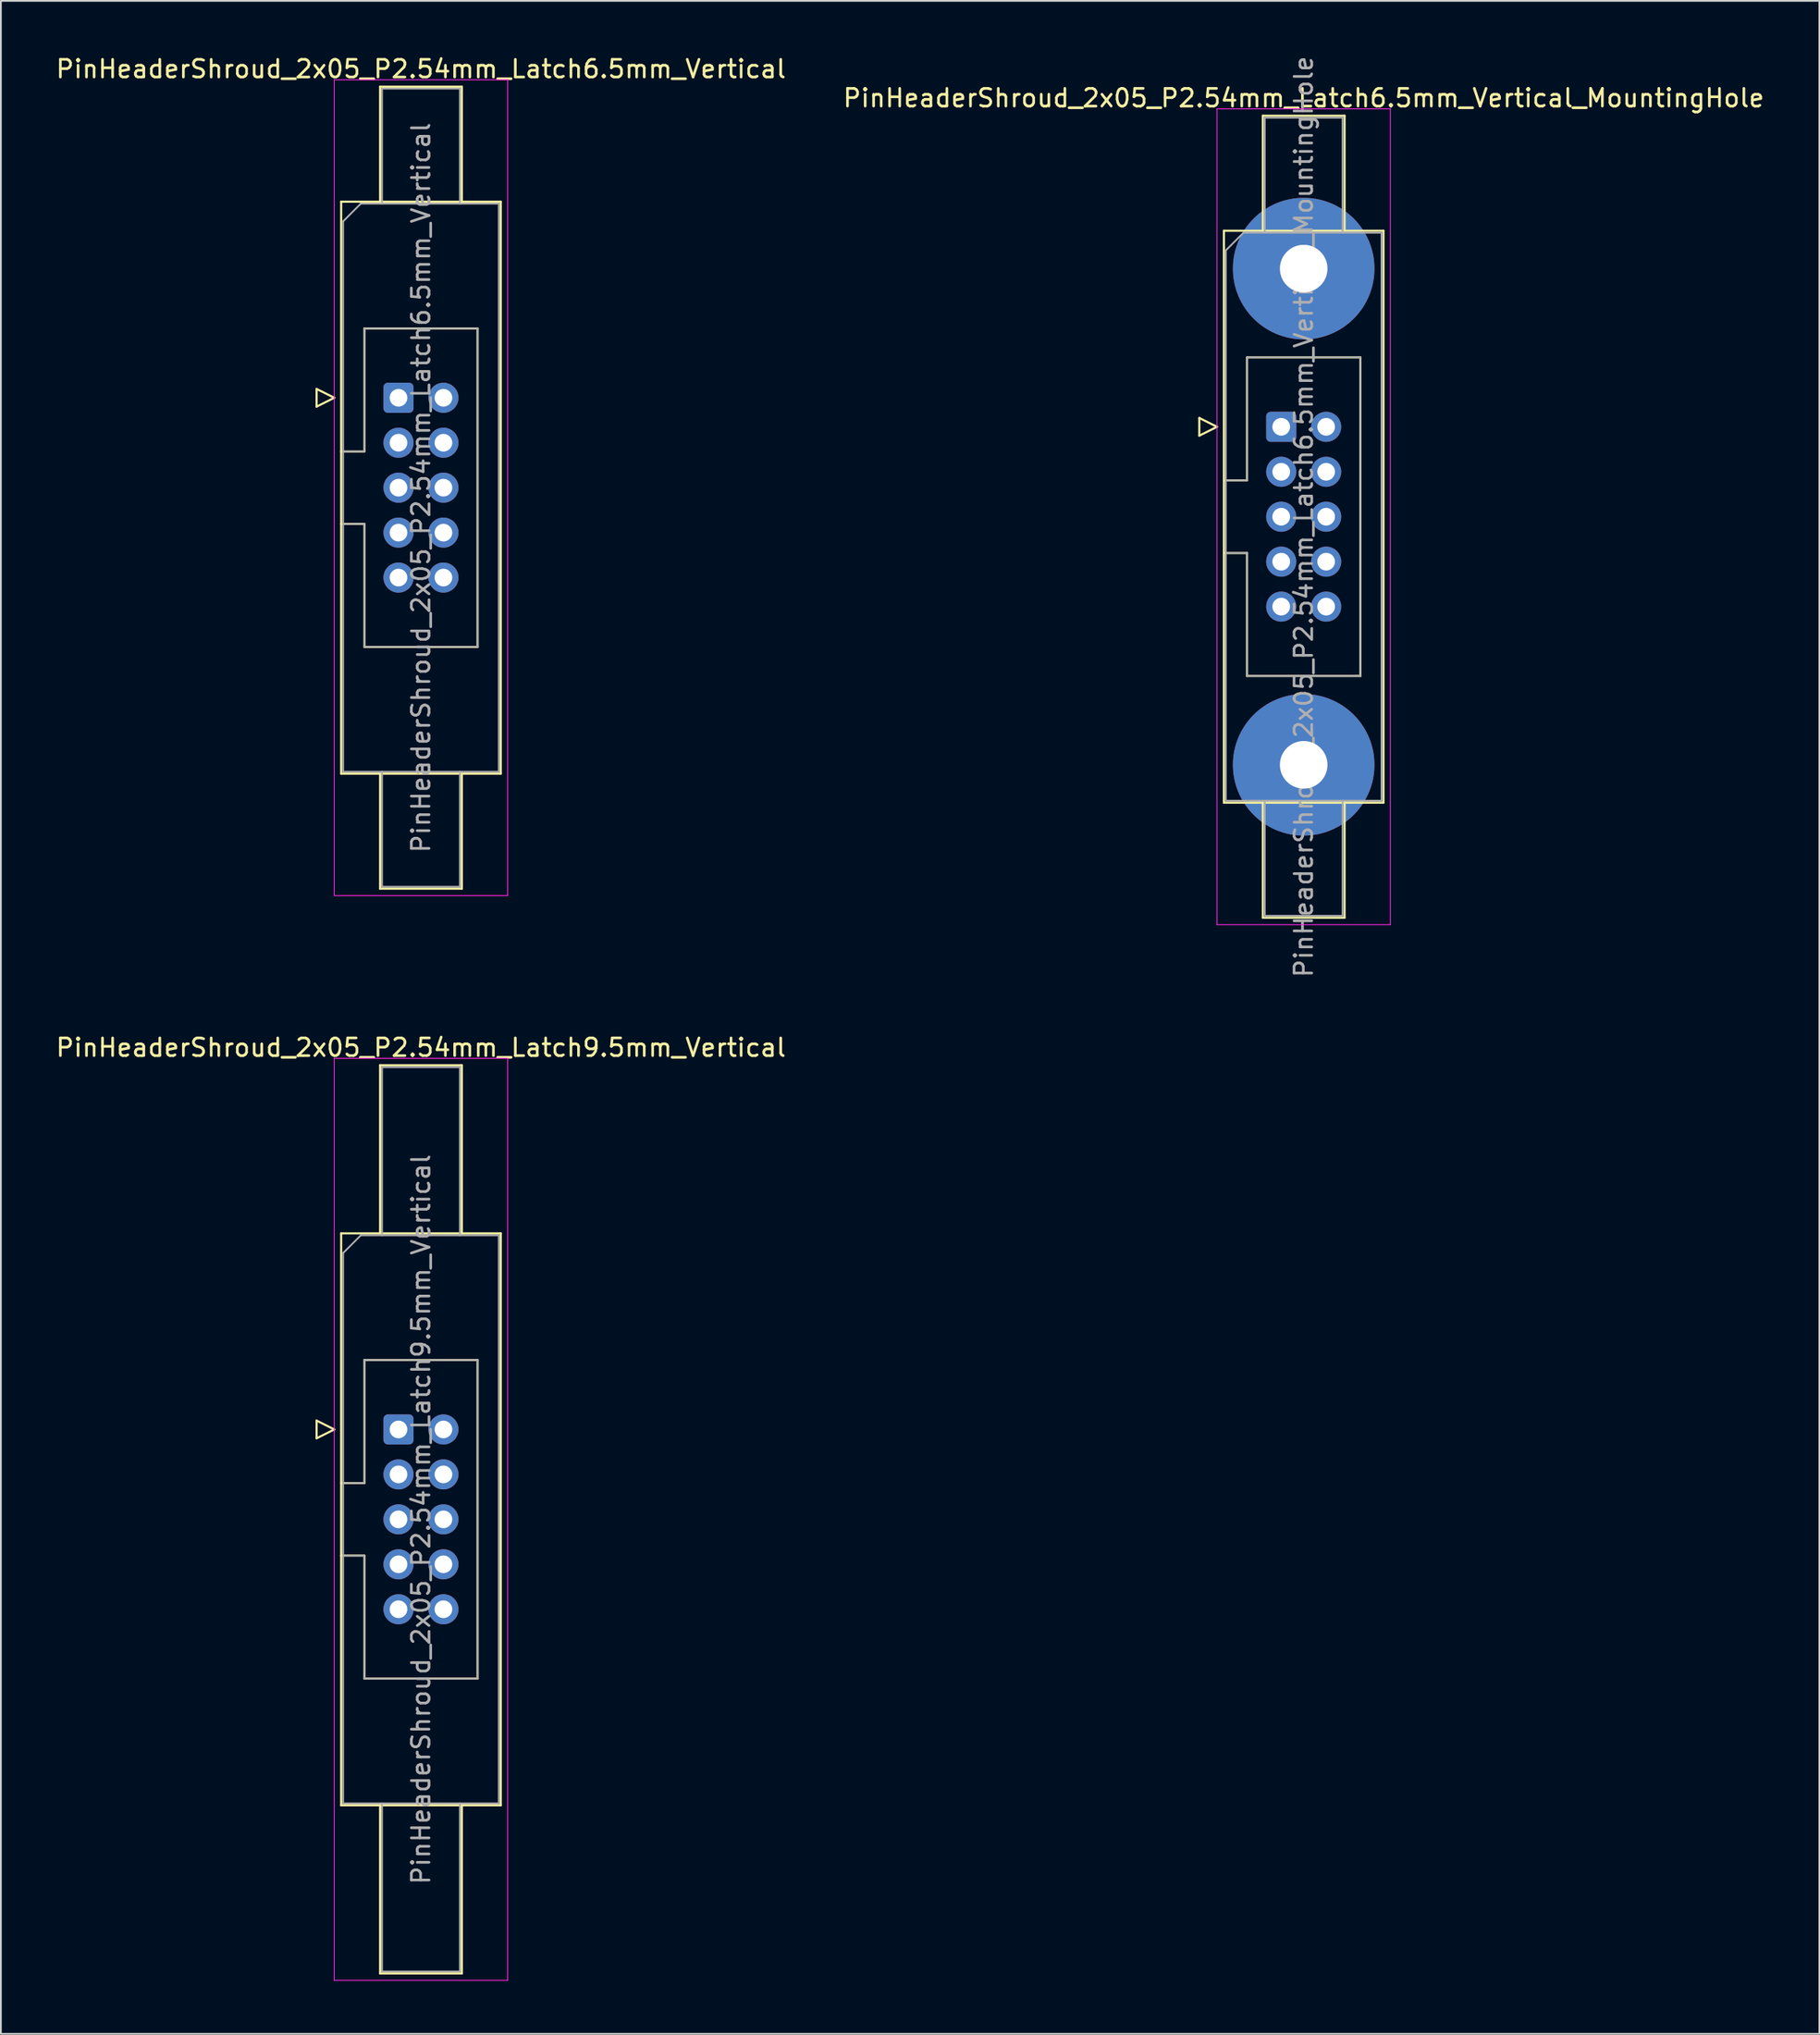
<source format=kicad_pcb>
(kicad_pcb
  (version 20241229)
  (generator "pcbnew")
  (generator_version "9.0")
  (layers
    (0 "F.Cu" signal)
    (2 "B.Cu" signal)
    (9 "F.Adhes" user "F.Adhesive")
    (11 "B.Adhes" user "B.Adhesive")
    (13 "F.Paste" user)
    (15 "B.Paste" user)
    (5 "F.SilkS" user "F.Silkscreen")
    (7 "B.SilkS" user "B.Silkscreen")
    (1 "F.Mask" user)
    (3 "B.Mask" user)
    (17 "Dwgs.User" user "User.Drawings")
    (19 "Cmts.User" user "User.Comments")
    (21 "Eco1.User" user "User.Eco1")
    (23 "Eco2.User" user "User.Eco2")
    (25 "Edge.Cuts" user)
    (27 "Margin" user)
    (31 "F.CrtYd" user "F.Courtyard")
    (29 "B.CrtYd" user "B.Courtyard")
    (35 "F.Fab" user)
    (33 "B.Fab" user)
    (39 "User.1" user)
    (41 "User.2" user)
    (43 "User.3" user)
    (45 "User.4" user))
  (footprint "PinHeaderShroud_2x05_P2.54mm_Latch9.5mm_Vertical"
    (layer "F.Cu")
    (at 19.474 77.726)
    (property "Reference" "PinHeaderShroud_2x05_P2.54mm_Latch9.5mm_Vertical" (at 1.27 -21.58 0) (layer "F.SilkS") (effects (font (size 1 1) (thickness 0.15))))
    (attr through_hole)
    (fp_line (start -4.63 -0.5) (end -4.63 0.5) (stroke (width 0.12) (type solid)) (layer "F.SilkS"))
    (fp_line (start -4.63 0.5) (end -3.63 0) (stroke (width 0.12) (type solid)) (layer "F.SilkS"))
    (fp_line (start -3.63 0) (end -4.63 -0.5) (stroke (width 0.12) (type solid)) (layer "F.SilkS"))
    (fp_line (start -3.24 -11.08) (end 5.78 -11.08) (stroke (width 0.12) (type solid)) (layer "F.SilkS"))
    (fp_line (start -3.24 3.03) (end -1.93 3.03) (stroke (width 0.12) (type solid)) (layer "F.SilkS"))
    (fp_line (start -3.24 7.13) (end -1.93 7.13) (stroke (width 0.12) (type solid)) (layer "F.SilkS"))
    (fp_line (start -3.24 21.24) (end -3.24 -11.08) (stroke (width 0.12) (type solid)) (layer "F.SilkS"))
    (fp_line (start -1.93 -3.92) (end 4.47 -3.92) (stroke (width 0.12) (type solid)) (layer "F.SilkS"))
    (fp_line (start -1.93 3.03) (end -1.93 -3.92) (stroke (width 0.12) (type solid)) (layer "F.SilkS"))
    (fp_line (start -1.93 14.08) (end -1.93 7.13) (stroke (width 0.12) (type solid)) (layer "F.SilkS"))
    (fp_line (start -1.04 -20.58) (end 3.58 -20.58) (stroke (width 0.12) (type solid)) (layer "F.SilkS"))
    (fp_line (start -1.04 -11.08) (end -1.04 -20.58) (stroke (width 0.12) (type solid)) (layer "F.SilkS"))
    (fp_line (start -1.04 21.24) (end -1.04 30.74) (stroke (width 0.12) (type solid)) (layer "F.SilkS"))
    (fp_line (start -1.04 30.74) (end 3.58 30.74) (stroke (width 0.12) (type solid)) (layer "F.SilkS"))
    (fp_line (start 3.58 -20.58) (end 3.58 -11.08) (stroke (width 0.12) (type solid)) (layer "F.SilkS"))
    (fp_line (start 3.58 30.74) (end 3.58 21.24) (stroke (width 0.12) (type solid)) (layer "F.SilkS"))
    (fp_line (start 4.47 -3.92) (end 4.47 14.08) (stroke (width 0.12) (type solid)) (layer "F.SilkS"))
    (fp_line (start 4.47 14.08) (end -1.93 14.08) (stroke (width 0.12) (type solid)) (layer "F.SilkS"))
    (fp_line (start 5.78 -11.08) (end 5.78 21.24) (stroke (width 0.12) (type solid)) (layer "F.SilkS"))
    (fp_line (start 5.78 21.24) (end -3.24 21.24) (stroke (width 0.12) (type solid)) (layer "F.SilkS"))
    (fp_line (start -3.63 -20.97) (end -3.63 31.13) (stroke (width 0.05) (type solid)) (layer "F.CrtYd"))
    (fp_line (start -3.63 31.13) (end 6.17 31.13) (stroke (width 0.05) (type solid)) (layer "F.CrtYd"))
    (fp_line (start 6.17 -20.97) (end -3.63 -20.97) (stroke (width 0.05) (type solid)) (layer "F.CrtYd"))
    (fp_line (start 6.17 31.13) (end 6.17 -20.97) (stroke (width 0.05) (type solid)) (layer "F.CrtYd"))
    (fp_line (start -3.13 -9.97) (end -2.13 -10.97) (stroke (width 0.1) (type solid)) (layer "F.Fab"))
    (fp_line (start -3.13 3.03) (end -1.93 3.03) (stroke (width 0.1) (type solid)) (layer "F.Fab"))
    (fp_line (start -3.13 7.13) (end -1.93 7.13) (stroke (width 0.1) (type solid)) (layer "F.Fab"))
    (fp_line (start -3.13 21.13) (end -3.13 -9.97) (stroke (width 0.1) (type solid)) (layer "F.Fab"))
    (fp_line (start -2.13 -10.97) (end 5.67 -10.97) (stroke (width 0.1) (type solid)) (layer "F.Fab"))
    (fp_line (start -1.93 -3.92) (end 4.47 -3.92) (stroke (width 0.1) (type solid)) (layer "F.Fab"))
    (fp_line (start -1.93 3.03) (end -1.93 -3.92) (stroke (width 0.1) (type solid)) (layer "F.Fab"))
    (fp_line (start -1.93 14.08) (end -1.93 7.13) (stroke (width 0.1) (type solid)) (layer "F.Fab"))
    (fp_line (start -0.93 -20.47) (end 3.47 -20.47) (stroke (width 0.1) (type solid)) (layer "F.Fab"))
    (fp_line (start -0.93 -10.97) (end -0.93 -20.47) (stroke (width 0.1) (type solid)) (layer "F.Fab"))
    (fp_line (start -0.93 21.13) (end -0.93 30.63) (stroke (width 0.1) (type solid)) (layer "F.Fab"))
    (fp_line (start -0.93 30.63) (end 3.47 30.63) (stroke (width 0.1) (type solid)) (layer "F.Fab"))
    (fp_line (start 3.47 -20.47) (end 3.47 -10.97) (stroke (width 0.1) (type solid)) (layer "F.Fab"))
    (fp_line (start 3.47 30.63) (end 3.47 21.13) (stroke (width 0.1) (type solid)) (layer "F.Fab"))
    (fp_line (start 4.47 -3.92) (end 4.47 14.08) (stroke (width 0.1) (type solid)) (layer "F.Fab"))
    (fp_line (start 4.47 14.08) (end -1.93 14.08) (stroke (width 0.1) (type solid)) (layer "F.Fab"))
    (fp_line (start 5.67 -10.97) (end 5.67 21.13) (stroke (width 0.1) (type solid)) (layer "F.Fab"))
    (fp_line (start 5.67 21.13) (end -3.13 21.13) (stroke (width 0.1) (type solid)) (layer "F.Fab"))
    (fp_text user "${REFERENCE}" (at 1.27 5.08 90) (layer "F.Fab") (effects (font (size 1 1) (thickness 0.15))))
    (pad "1" thru_hole roundrect (at 0 0) (size 1.7 1.7) (drill 1) (layers "*.Cu" "*.Mask") (roundrect_rratio 0.147))
    (pad "2" thru_hole circle (at 2.54 0) (size 1.7 1.7) (drill 1) (layers "*.Cu" "*.Mask"))
    (pad "3" thru_hole circle (at 0 2.54) (size 1.7 1.7) (drill 1) (layers "*.Cu" "*.Mask"))
    (pad "4" thru_hole circle (at 2.54 2.54) (size 1.7 1.7) (drill 1) (layers "*.Cu" "*.Mask"))
    (pad "5" thru_hole circle (at 0 5.08) (size 1.7 1.7) (drill 1) (layers "*.Cu" "*.Mask"))
    (pad "6" thru_hole circle (at 2.54 5.08) (size 1.7 1.7) (drill 1) (layers "*.Cu" "*.Mask"))
    (pad "7" thru_hole circle (at 0 7.62) (size 1.7 1.7) (drill 1) (layers "*.Cu" "*.Mask"))
    (pad "8" thru_hole circle (at 2.54 7.62) (size 1.7 1.7) (drill 1) (layers "*.Cu" "*.Mask"))
    (pad "9" thru_hole circle (at 0 10.16) (size 1.7 1.7) (drill 1) (layers "*.Cu" "*.Mask"))
    (pad "10" thru_hole circle (at 2.54 10.16) (size 1.7 1.7) (drill 1) (layers "*.Cu" "*.Mask")))
  (footprint "PinHeaderShroud_2x05_P2.54mm_Latch6.5mm_Vertical_MountingHole"
    (layer "F.Cu")
    (at 69.367 21.069)
    (property "Reference" "PinHeaderShroud_2x05_P2.54mm_Latch6.5mm_Vertical_MountingHole" (at 1.27 -18.58 0) (layer "F.SilkS") (effects (font (size 1 1) (thickness 0.15))))
    (attr through_hole)
    (fp_line (start -4.63 -0.5) (end -4.63 0.5) (stroke (width 0.12) (type solid)) (layer "F.SilkS"))
    (fp_line (start -4.63 0.5) (end -3.63 0) (stroke (width 0.12) (type solid)) (layer "F.SilkS"))
    (fp_line (start -3.63 0) (end -4.63 -0.5) (stroke (width 0.12) (type solid)) (layer "F.SilkS"))
    (fp_line (start -3.24 -11.08) (end 5.78 -11.08) (stroke (width 0.12) (type solid)) (layer "F.SilkS"))
    (fp_line (start -3.24 3.03) (end -1.93 3.03) (stroke (width 0.12) (type solid)) (layer "F.SilkS"))
    (fp_line (start -3.24 7.13) (end -1.93 7.13) (stroke (width 0.12) (type solid)) (layer "F.SilkS"))
    (fp_line (start -3.24 21.24) (end -3.24 -11.08) (stroke (width 0.12) (type solid)) (layer "F.SilkS"))
    (fp_line (start -1.93 -3.92) (end 4.47 -3.92) (stroke (width 0.12) (type solid)) (layer "F.SilkS"))
    (fp_line (start -1.93 3.03) (end -1.93 -3.92) (stroke (width 0.12) (type solid)) (layer "F.SilkS"))
    (fp_line (start -1.93 14.08) (end -1.93 7.13) (stroke (width 0.12) (type solid)) (layer "F.SilkS"))
    (fp_line (start -1.04 -17.58) (end 3.58 -17.58) (stroke (width 0.12) (type solid)) (layer "F.SilkS"))
    (fp_line (start -1.04 -11.08) (end -1.04 -17.58) (stroke (width 0.12) (type solid)) (layer "F.SilkS"))
    (fp_line (start -1.04 21.24) (end -1.04 27.74) (stroke (width 0.12) (type solid)) (layer "F.SilkS"))
    (fp_line (start -1.04 27.74) (end 3.58 27.74) (stroke (width 0.12) (type solid)) (layer "F.SilkS"))
    (fp_line (start 3.58 -17.58) (end 3.58 -11.08) (stroke (width 0.12) (type solid)) (layer "F.SilkS"))
    (fp_line (start 3.58 27.74) (end 3.58 21.24) (stroke (width 0.12) (type solid)) (layer "F.SilkS"))
    (fp_line (start 4.47 -3.92) (end 4.47 14.08) (stroke (width 0.12) (type solid)) (layer "F.SilkS"))
    (fp_line (start 4.47 14.08) (end -1.93 14.08) (stroke (width 0.12) (type solid)) (layer "F.SilkS"))
    (fp_line (start 5.78 -11.08) (end 5.78 21.24) (stroke (width 0.12) (type solid)) (layer "F.SilkS"))
    (fp_line (start 5.78 21.24) (end -3.24 21.24) (stroke (width 0.12) (type solid)) (layer "F.SilkS"))
    (fp_line (start -3.63 -17.97) (end -3.63 28.13) (stroke (width 0.05) (type solid)) (layer "F.CrtYd"))
    (fp_line (start -3.63 28.13) (end 6.17 28.13) (stroke (width 0.05) (type solid)) (layer "F.CrtYd"))
    (fp_line (start 6.17 -17.97) (end -3.63 -17.97) (stroke (width 0.05) (type solid)) (layer "F.CrtYd"))
    (fp_line (start 6.17 28.13) (end 6.17 -17.97) (stroke (width 0.05) (type solid)) (layer "F.CrtYd"))
    (fp_line (start -3.13 -9.97) (end -2.13 -10.97) (stroke (width 0.1) (type solid)) (layer "F.Fab"))
    (fp_line (start -3.13 3.03) (end -1.93 3.03) (stroke (width 0.1) (type solid)) (layer "F.Fab"))
    (fp_line (start -3.13 7.13) (end -1.93 7.13) (stroke (width 0.1) (type solid)) (layer "F.Fab"))
    (fp_line (start -3.13 21.13) (end -3.13 -9.97) (stroke (width 0.1) (type solid)) (layer "F.Fab"))
    (fp_line (start -2.13 -10.97) (end 5.67 -10.97) (stroke (width 0.1) (type solid)) (layer "F.Fab"))
    (fp_line (start -1.93 -3.92) (end 4.47 -3.92) (stroke (width 0.1) (type solid)) (layer "F.Fab"))
    (fp_line (start -1.93 3.03) (end -1.93 -3.92) (stroke (width 0.1) (type solid)) (layer "F.Fab"))
    (fp_line (start -1.93 14.08) (end -1.93 7.13) (stroke (width 0.1) (type solid)) (layer "F.Fab"))
    (fp_line (start -0.93 -17.47) (end 3.47 -17.47) (stroke (width 0.1) (type solid)) (layer "F.Fab"))
    (fp_line (start -0.93 -10.97) (end -0.93 -17.47) (stroke (width 0.1) (type solid)) (layer "F.Fab"))
    (fp_line (start -0.93 21.13) (end -0.93 27.63) (stroke (width 0.1) (type solid)) (layer "F.Fab"))
    (fp_line (start -0.93 27.63) (end 3.47 27.63) (stroke (width 0.1) (type solid)) (layer "F.Fab"))
    (fp_line (start 3.47 -17.47) (end 3.47 -10.97) (stroke (width 0.1) (type solid)) (layer "F.Fab"))
    (fp_line (start 3.47 27.63) (end 3.47 21.13) (stroke (width 0.1) (type solid)) (layer "F.Fab"))
    (fp_line (start 4.47 -3.92) (end 4.47 14.08) (stroke (width 0.1) (type solid)) (layer "F.Fab"))
    (fp_line (start 4.47 14.08) (end -1.93 14.08) (stroke (width 0.1) (type solid)) (layer "F.Fab"))
    (fp_line (start 5.67 -10.97) (end 5.67 21.13) (stroke (width 0.1) (type solid)) (layer "F.Fab"))
    (fp_line (start 5.67 21.13) (end -3.13 21.13) (stroke (width 0.1) (type solid)) (layer "F.Fab"))
    (fp_text user "${REFERENCE}" (at 1.27 5.08 90) (layer "F.Fab") (effects (font (size 1 1) (thickness 0.15))))
    (pad "" thru_hole circle (at 1.27 -8.94) (size 8 8) (drill 2.69) (layers "*.Cu" "*.Mask"))
    (pad "" thru_hole circle (at 1.27 19.1) (size 8 8) (drill 2.69) (layers "*.Cu" "*.Mask"))
    (pad "1" thru_hole roundrect (at 0 0) (size 1.7 1.7) (drill 1) (layers "*.Cu" "*.Mask") (roundrect_rratio 0.147))
    (pad "2" thru_hole circle (at 2.54 0) (size 1.7 1.7) (drill 1) (layers "*.Cu" "*.Mask"))
    (pad "3" thru_hole circle (at 0 2.54) (size 1.7 1.7) (drill 1) (layers "*.Cu" "*.Mask"))
    (pad "4" thru_hole circle (at 2.54 2.54) (size 1.7 1.7) (drill 1) (layers "*.Cu" "*.Mask"))
    (pad "5" thru_hole circle (at 0 5.08) (size 1.7 1.7) (drill 1) (layers "*.Cu" "*.Mask"))
    (pad "6" thru_hole circle (at 2.54 5.08) (size 1.7 1.7) (drill 1) (layers "*.Cu" "*.Mask"))
    (pad "7" thru_hole circle (at 0 7.62) (size 1.7 1.7) (drill 1) (layers "*.Cu" "*.Mask"))
    (pad "8" thru_hole circle (at 2.54 7.62) (size 1.7 1.7) (drill 1) (layers "*.Cu" "*.Mask"))
    (pad "9" thru_hole circle (at 0 10.16) (size 1.7 1.7) (drill 1) (layers "*.Cu" "*.Mask"))
    (pad "10" thru_hole circle (at 2.54 10.16) (size 1.7 1.7) (drill 1) (layers "*.Cu" "*.Mask")))
  (footprint "PinHeaderShroud_2x05_P2.54mm_Latch6.5mm_Vertical"
    (layer "F.Cu")
    (at 19.474 19.428)
    (property "Reference" "PinHeaderShroud_2x05_P2.54mm_Latch6.5mm_Vertical" (at 1.27 -18.58 0) (layer "F.SilkS") (effects (font (size 1 1) (thickness 0.15))))
    (attr through_hole)
    (fp_line (start -4.63 -0.5) (end -4.63 0.5) (stroke (width 0.12) (type solid)) (layer "F.SilkS"))
    (fp_line (start -4.63 0.5) (end -3.63 0) (stroke (width 0.12) (type solid)) (layer "F.SilkS"))
    (fp_line (start -3.63 0) (end -4.63 -0.5) (stroke (width 0.12) (type solid)) (layer "F.SilkS"))
    (fp_line (start -3.24 -11.08) (end 5.78 -11.08) (stroke (width 0.12) (type solid)) (layer "F.SilkS"))
    (fp_line (start -3.24 3.03) (end -1.93 3.03) (stroke (width 0.12) (type solid)) (layer "F.SilkS"))
    (fp_line (start -3.24 7.13) (end -1.93 7.13) (stroke (width 0.12) (type solid)) (layer "F.SilkS"))
    (fp_line (start -3.24 21.24) (end -3.24 -11.08) (stroke (width 0.12) (type solid)) (layer "F.SilkS"))
    (fp_line (start -1.93 -3.92) (end 4.47 -3.92) (stroke (width 0.12) (type solid)) (layer "F.SilkS"))
    (fp_line (start -1.93 3.03) (end -1.93 -3.92) (stroke (width 0.12) (type solid)) (layer "F.SilkS"))
    (fp_line (start -1.93 14.08) (end -1.93 7.13) (stroke (width 0.12) (type solid)) (layer "F.SilkS"))
    (fp_line (start -1.04 -17.58) (end 3.58 -17.58) (stroke (width 0.12) (type solid)) (layer "F.SilkS"))
    (fp_line (start -1.04 -11.08) (end -1.04 -17.58) (stroke (width 0.12) (type solid)) (layer "F.SilkS"))
    (fp_line (start -1.04 21.24) (end -1.04 27.74) (stroke (width 0.12) (type solid)) (layer "F.SilkS"))
    (fp_line (start -1.04 27.74) (end 3.58 27.74) (stroke (width 0.12) (type solid)) (layer "F.SilkS"))
    (fp_line (start 3.58 -17.58) (end 3.58 -11.08) (stroke (width 0.12) (type solid)) (layer "F.SilkS"))
    (fp_line (start 3.58 27.74) (end 3.58 21.24) (stroke (width 0.12) (type solid)) (layer "F.SilkS"))
    (fp_line (start 4.47 -3.92) (end 4.47 14.08) (stroke (width 0.12) (type solid)) (layer "F.SilkS"))
    (fp_line (start 4.47 14.08) (end -1.93 14.08) (stroke (width 0.12) (type solid)) (layer "F.SilkS"))
    (fp_line (start 5.78 -11.08) (end 5.78 21.24) (stroke (width 0.12) (type solid)) (layer "F.SilkS"))
    (fp_line (start 5.78 21.24) (end -3.24 21.24) (stroke (width 0.12) (type solid)) (layer "F.SilkS"))
    (fp_line (start -3.63 -17.97) (end -3.63 28.13) (stroke (width 0.05) (type solid)) (layer "F.CrtYd"))
    (fp_line (start -3.63 28.13) (end 6.17 28.13) (stroke (width 0.05) (type solid)) (layer "F.CrtYd"))
    (fp_line (start 6.17 -17.97) (end -3.63 -17.97) (stroke (width 0.05) (type solid)) (layer "F.CrtYd"))
    (fp_line (start 6.17 28.13) (end 6.17 -17.97) (stroke (width 0.05) (type solid)) (layer "F.CrtYd"))
    (fp_line (start -3.13 -9.97) (end -2.13 -10.97) (stroke (width 0.1) (type solid)) (layer "F.Fab"))
    (fp_line (start -3.13 3.03) (end -1.93 3.03) (stroke (width 0.1) (type solid)) (layer "F.Fab"))
    (fp_line (start -3.13 7.13) (end -1.93 7.13) (stroke (width 0.1) (type solid)) (layer "F.Fab"))
    (fp_line (start -3.13 21.13) (end -3.13 -9.97) (stroke (width 0.1) (type solid)) (layer "F.Fab"))
    (fp_line (start -2.13 -10.97) (end 5.67 -10.97) (stroke (width 0.1) (type solid)) (layer "F.Fab"))
    (fp_line (start -1.93 -3.92) (end 4.47 -3.92) (stroke (width 0.1) (type solid)) (layer "F.Fab"))
    (fp_line (start -1.93 3.03) (end -1.93 -3.92) (stroke (width 0.1) (type solid)) (layer "F.Fab"))
    (fp_line (start -1.93 14.08) (end -1.93 7.13) (stroke (width 0.1) (type solid)) (layer "F.Fab"))
    (fp_line (start -0.93 -17.47) (end 3.47 -17.47) (stroke (width 0.1) (type solid)) (layer "F.Fab"))
    (fp_line (start -0.93 -10.97) (end -0.93 -17.47) (stroke (width 0.1) (type solid)) (layer "F.Fab"))
    (fp_line (start -0.93 21.13) (end -0.93 27.63) (stroke (width 0.1) (type solid)) (layer "F.Fab"))
    (fp_line (start -0.93 27.63) (end 3.47 27.63) (stroke (width 0.1) (type solid)) (layer "F.Fab"))
    (fp_line (start 3.47 -17.47) (end 3.47 -10.97) (stroke (width 0.1) (type solid)) (layer "F.Fab"))
    (fp_line (start 3.47 27.63) (end 3.47 21.13) (stroke (width 0.1) (type solid)) (layer "F.Fab"))
    (fp_line (start 4.47 -3.92) (end 4.47 14.08) (stroke (width 0.1) (type solid)) (layer "F.Fab"))
    (fp_line (start 4.47 14.08) (end -1.93 14.08) (stroke (width 0.1) (type solid)) (layer "F.Fab"))
    (fp_line (start 5.67 -10.97) (end 5.67 21.13) (stroke (width 0.1) (type solid)) (layer "F.Fab"))
    (fp_line (start 5.67 21.13) (end -3.13 21.13) (stroke (width 0.1) (type solid)) (layer "F.Fab"))
    (fp_text user "${REFERENCE}" (at 1.27 5.08 90) (layer "F.Fab") (effects (font (size 1 1) (thickness 0.15))))
    (pad "1" thru_hole roundrect (at 0 0) (size 1.7 1.7) (drill 1) (layers "*.Cu" "*.Mask") (roundrect_rratio 0.147))
    (pad "2" thru_hole circle (at 2.54 0) (size 1.7 1.7) (drill 1) (layers "*.Cu" "*.Mask"))
    (pad "3" thru_hole circle (at 0 2.54) (size 1.7 1.7) (drill 1) (layers "*.Cu" "*.Mask"))
    (pad "4" thru_hole circle (at 2.54 2.54) (size 1.7 1.7) (drill 1) (layers "*.Cu" "*.Mask"))
    (pad "5" thru_hole circle (at 0 5.08) (size 1.7 1.7) (drill 1) (layers "*.Cu" "*.Mask"))
    (pad "6" thru_hole circle (at 2.54 5.08) (size 1.7 1.7) (drill 1) (layers "*.Cu" "*.Mask"))
    (pad "7" thru_hole circle (at 0 7.62) (size 1.7 1.7) (drill 1) (layers "*.Cu" "*.Mask"))
    (pad "8" thru_hole circle (at 2.54 7.62) (size 1.7 1.7) (drill 1) (layers "*.Cu" "*.Mask"))
    (pad "9" thru_hole circle (at 0 10.16) (size 1.7 1.7) (drill 1) (layers "*.Cu" "*.Mask"))
    (pad "10" thru_hole circle (at 2.54 10.16) (size 1.7 1.7) (drill 1) (layers "*.Cu" "*.Mask")))
  (gr_rect
    (start -3 -3)
    (end 99.786 111.881)
    (stroke (width 0.1) (type default))
    (fill no)
    (layer "Edge.Cuts")))
</source>
